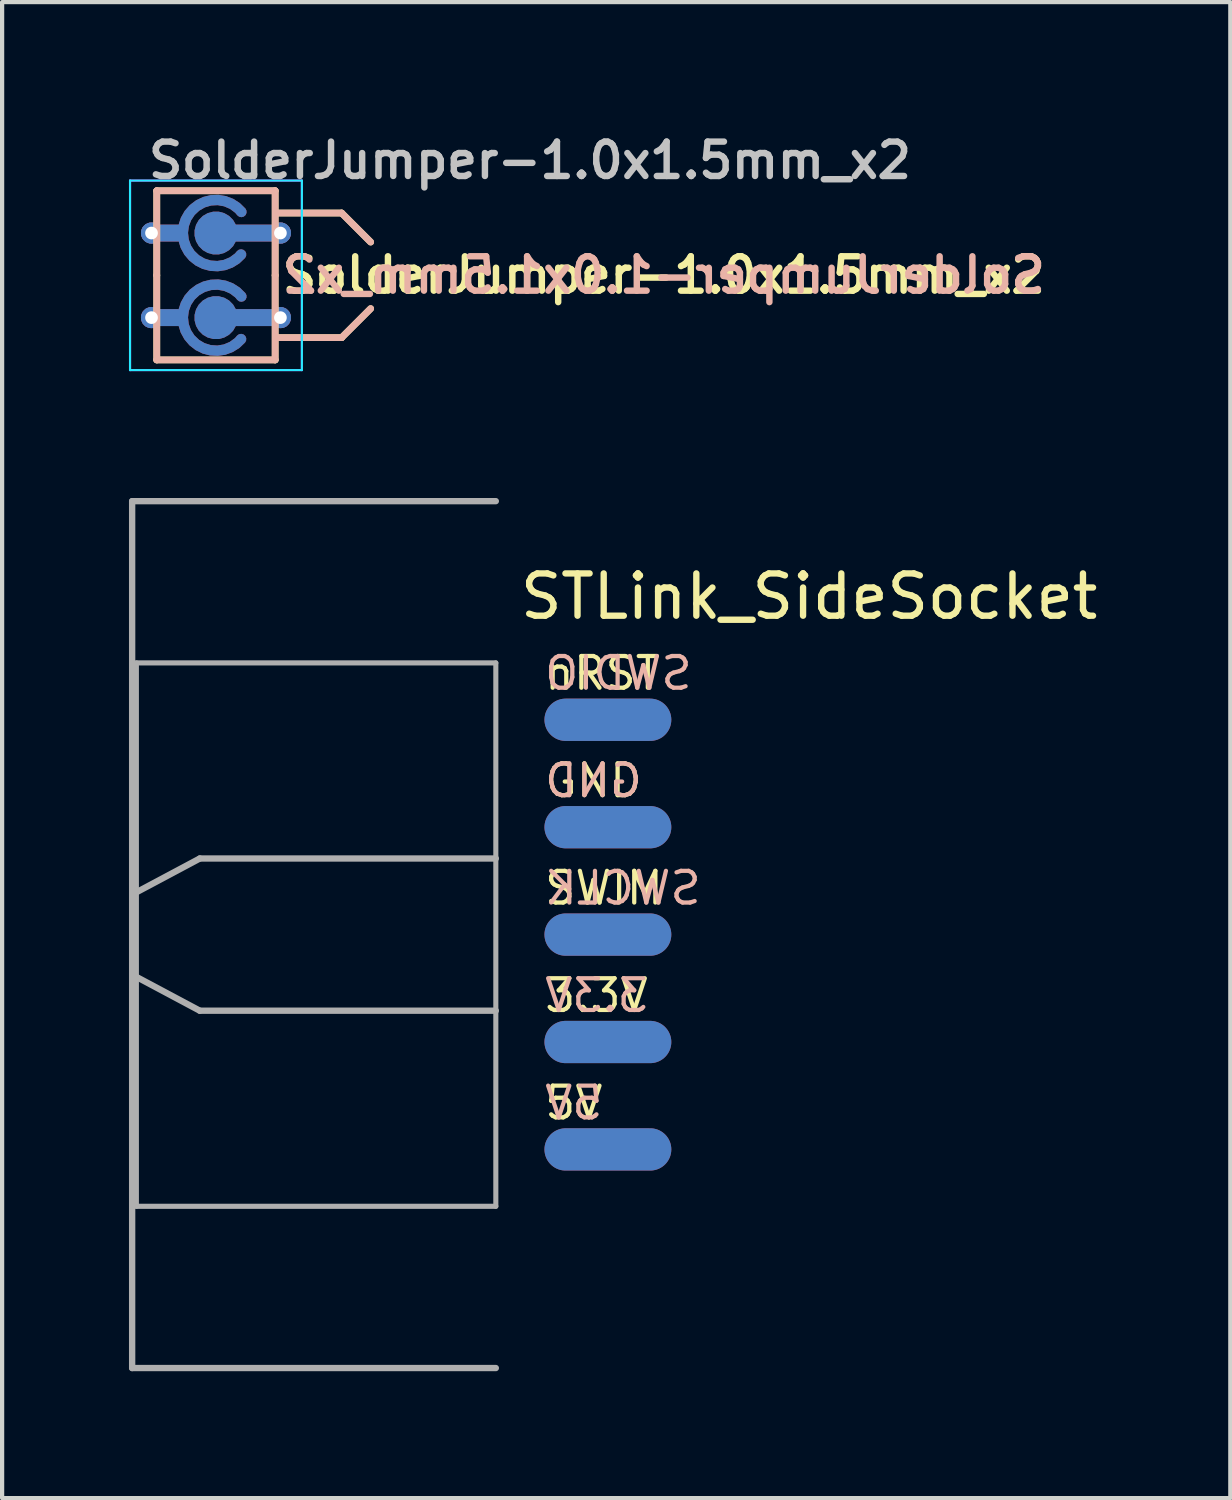
<source format=kicad_pcb>
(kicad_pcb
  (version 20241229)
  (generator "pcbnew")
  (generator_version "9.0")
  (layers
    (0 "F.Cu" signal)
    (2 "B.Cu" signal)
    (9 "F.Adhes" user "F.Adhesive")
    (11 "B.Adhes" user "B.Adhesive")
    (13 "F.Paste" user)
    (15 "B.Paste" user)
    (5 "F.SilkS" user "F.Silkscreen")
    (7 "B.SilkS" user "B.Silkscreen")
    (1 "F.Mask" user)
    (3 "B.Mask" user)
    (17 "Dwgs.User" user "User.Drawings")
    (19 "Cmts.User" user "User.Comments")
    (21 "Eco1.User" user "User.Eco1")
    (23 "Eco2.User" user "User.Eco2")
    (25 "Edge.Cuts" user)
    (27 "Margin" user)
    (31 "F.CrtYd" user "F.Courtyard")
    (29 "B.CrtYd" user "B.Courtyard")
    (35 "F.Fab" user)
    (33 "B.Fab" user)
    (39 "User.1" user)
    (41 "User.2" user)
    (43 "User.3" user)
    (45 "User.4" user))
  (footprint "SolderJumper-1.0x1.5mm_x2"
    (layer "F.Cu")
    (at 2.057 3.461)
    (property "Reference" "SolderJumper-1.0x1.5mm_x2" (at -1.676 -2.718 0) (layer "Dwgs.User") (effects (font (size 0.813 0.813) (thickness 0.152)) (justify left)))
    (property "Value" "SolderJumper-1.0x1.5mm_x2" (at 0 0 0) (layer "F.Fab") (hide yes) (effects (font (size 0.813 0.813) (thickness 0.152))))
    (attr exclude_from_pos_files exclude_from_bom)
    (fp_circle (center 0 -1) (end 0.4 -1) (stroke (width 1) (type solid)) (fill no) (layer "F.Mask"))
    (fp_circle (center 0 1) (end 0.4 1) (stroke (width 1) (type solid)) (fill no) (layer "F.Mask"))
    (fp_circle (center 0 -1) (end 0.4 -1) (stroke (width 1) (type solid)) (fill no) (layer "B.Mask"))
    (fp_circle (center 0 1) (end 0.4 1) (stroke (width 1) (type solid)) (fill no) (layer "B.Mask"))
    (fp_line (start -1.4 -2) (end 1.4 -2) (stroke (width 0.16) (type solid)) (layer "F.SilkS"))
    (fp_line (start -1.4 0) (end -1.4 -2) (stroke (width 0.16) (type solid)) (layer "F.SilkS"))
    (fp_line (start -1.4 2) (end -1.4 0) (stroke (width 0.16) (type solid)) (layer "F.SilkS"))
    (fp_line (start 1.4 -2) (end 1.4 0) (stroke (width 0.16) (type solid)) (layer "F.SilkS"))
    (fp_line (start 1.4 0) (end 1.4 2) (stroke (width 0.16) (type solid)) (layer "F.SilkS"))
    (fp_line (start 1.4 2) (end -1.4 2) (stroke (width 0.16) (type solid)) (layer "F.SilkS"))
    (fp_line (start 1.422 -1.473) (end 2.972 -1.473) (stroke (width 0.16) (type solid)) (layer "F.SilkS"))
    (fp_line (start 1.422 1.473) (end 2.972 1.473) (stroke (width 0.16) (type solid)) (layer "F.SilkS"))
    (fp_line (start 2.972 -1.473) (end 3.658 -0.787) (stroke (width 0.16) (type solid)) (layer "F.SilkS"))
    (fp_line (start 2.972 1.473) (end 3.658 0.787) (stroke (width 0.16) (type solid)) (layer "F.SilkS"))
    (fp_line (start -1.4 -2) (end 1.4 -2) (stroke (width 0.16) (type solid)) (layer "B.SilkS"))
    (fp_line (start -1.4 0) (end -1.4 -2) (stroke (width 0.16) (type solid)) (layer "B.SilkS"))
    (fp_line (start -1.4 2) (end -1.4 0) (stroke (width 0.16) (type solid)) (layer "B.SilkS"))
    (fp_line (start 1.4 -2) (end 1.4 0) (stroke (width 0.16) (type solid)) (layer "B.SilkS"))
    (fp_line (start 1.4 0) (end 1.4 2) (stroke (width 0.16) (type solid)) (layer "B.SilkS"))
    (fp_line (start 1.4 2) (end -1.4 2) (stroke (width 0.16) (type solid)) (layer "B.SilkS"))
    (fp_line (start 1.422 -1.473) (end 2.972 -1.473) (stroke (width 0.16) (type solid)) (layer "B.SilkS"))
    (fp_line (start 1.422 1.473) (end 2.972 1.473) (stroke (width 0.16) (type solid)) (layer "B.SilkS"))
    (fp_line (start 2.972 -1.473) (end 3.658 -0.787) (stroke (width 0.16) (type solid)) (layer "B.SilkS"))
    (fp_line (start 2.972 1.473) (end 3.658 0.787) (stroke (width 0.16) (type solid)) (layer "B.SilkS"))
    (fp_line (start -2.032 -2.241) (end -2.032 2.241) (stroke (width 0.05) (type solid)) (layer "B.CrtYd"))
    (fp_line (start -2.032 -2.241) (end 2.032 -2.241) (stroke (width 0.05) (type solid)) (layer "B.CrtYd"))
    (fp_line (start 2.032 2.241) (end -2.032 2.241) (stroke (width 0.05) (type solid)) (layer "B.CrtYd"))
    (fp_line (start 2.032 2.241) (end 2.032 -2.241) (stroke (width 0.05) (type solid)) (layer "B.CrtYd"))
    (fp_line (start -2.032 -2.241) (end -2.032 2.241) (stroke (width 0.05) (type solid)) (layer "F.CrtYd"))
    (fp_line (start -2.032 -2.241) (end 2.032 -2.241) (stroke (width 0.05) (type solid)) (layer "F.CrtYd"))
    (fp_line (start 2.032 2.241) (end -2.032 2.241) (stroke (width 0.05) (type solid)) (layer "F.CrtYd"))
    (fp_line (start 2.032 2.241) (end 2.032 -2.241) (stroke (width 0.05) (type solid)) (layer "F.CrtYd"))
    (fp_text user "${VALUE}" (at 1.489 -0.006 0) (layer "F.SilkS") (effects (font (size 0.813 0.813) (thickness 0.152)) (justify left)))
    (fp_text user "${VALUE}" (at 1.489 -0.006 0) (layer "B.SilkS") (effects (font (size 0.813 0.813) (thickness 0.152)) (justify right mirror)))
    (pad "1" thru_hole circle (at -1.524 1) (size 0.5 0.5) (drill 0.3) (layers "*.Cu"))
    (pad "1" smd custom (at -1.524 1) (size 0.5 0.5) (layers "F.Cu") (options (anchor circle)) (primitives (gr_arc (start 2.117059 0.508213) (mid 0.742994 -0.005377) (end 2.124 -0.5) (width 0.25)) (gr_line (start 0.024 0) (end 0.624 0) (width 0.4))))
    (pad "1" smd custom (at -1.524 1) (size 0.5 0.5) (layers "B.Cu") (options (anchor circle)) (primitives (gr_arc (start 2.117059 0.508213) (mid 0.742994 -0.005377) (end 2.124 -0.5) (width 0.25)) (gr_line (start 0.024 0) (end 0.624 0) (width 0.4))))
    (pad "2" thru_hole circle (at 1.524 1) (size 0.5 0.5) (drill 0.3) (layers "*.Cu"))
    (pad "2" smd custom (at 1.524 1) (size 0.5 0.5) (layers "F.Cu") (options (anchor circle)) (primitives (gr_circle (center -1.524 0) (end -1.414 0) (width 0.8) (fill no)) (gr_line (start -1.524 0) (end -0.024 0) (width 0.4))))
    (pad "2" smd custom (at 1.524 1) (size 0.5 0.5) (layers "B.Cu") (options (anchor circle)) (primitives (gr_circle (center -1.524 0) (end -1.414 0) (width 0.8) (fill no)) (gr_line (start -1.524 0) (end -0.024 0) (width 0.4))))
    (pad "3" thru_hole circle (at -1.524 -1) (size 0.5 0.5) (drill 0.3) (layers "*.Cu"))
    (pad "3" smd custom (at -1.524 -1) (size 0.5 0.5) (layers "F.Cu") (options (anchor circle)) (primitives (gr_arc (start 2.117059 0.508213) (mid 0.742994 -0.005377) (end 2.124 -0.5) (width 0.25)) (gr_line (start 0.024 0) (end 0.624 0) (width 0.4))))
    (pad "3" smd custom (at -1.524 -1) (size 0.5 0.5) (layers "B.Cu") (options (anchor circle)) (primitives (gr_arc (start 2.117059 0.508213) (mid 0.742994 -0.005377) (end 2.124 -0.5) (width 0.25)) (gr_line (start 0.024 0) (end 0.624 0) (width 0.4))))
    (pad "4" thru_hole circle (at 1.524 -1) (size 0.5 0.5) (drill 0.3) (layers "*.Cu"))
    (pad "4" smd custom (at 1.524 -1) (size 0.5 0.5) (layers "F.Cu") (options (anchor circle)) (primitives (gr_circle (center -1.524 0) (end -1.414 0) (width 0.8) (fill no)) (gr_line (start -1.524 0) (end -0.024 0) (width 0.4))))
    (pad "4" smd custom (at 1.524 -1) (size 0.5 0.5) (layers "B.Cu") (options (anchor circle)) (primitives (gr_circle (center -1.524 0) (end -1.414 0) (width 0.8) (fill no)) (gr_line (start -1.524 0) (end -0.024 0) (width 0.4)))))
  (footprint "STLink_SideSocket"
    (layer "F.Cu")
    (at 8.675 19.051)
    (property "Reference" "STLink_SideSocket" (at 0.5 -7.996 180) (layer "F.SilkS") (effects (font (size 1 1) (thickness 0.15)) (justify left)))
    (attr exclude_from_pos_files exclude_from_bom)
    (fp_line (start -8.6 -10.25) (end -8.6 10.25) (stroke (width 0.15) (type solid)) (layer "F.Fab"))
    (fp_line (start -8.5 -6.425) (end 0 -6.425) (stroke (width 0.12) (type solid)) (layer "F.Fab"))
    (fp_line (start -8.5 -1) (end -7 -1.8) (stroke (width 0.15) (type solid)) (layer "F.Fab"))
    (fp_line (start -8.5 6.425) (end -8.5 -6.425) (stroke (width 0.12) (type solid)) (layer "F.Fab"))
    (fp_line (start -8.5 6.425) (end 0 6.425) (stroke (width 0.12) (type solid)) (layer "F.Fab"))
    (fp_line (start -7 -1.8) (end 0 -1.8) (stroke (width 0.15) (type solid)) (layer "F.Fab"))
    (fp_line (start -7 1.8) (end -8.5 1) (stroke (width 0.15) (type solid)) (layer "F.Fab"))
    (fp_line (start -7 1.8) (end 0 1.8) (stroke (width 0.15) (type solid)) (layer "F.Fab"))
    (fp_line (start 0 -10.25) (end -8.6 -10.25) (stroke (width 0.15) (type solid)) (layer "F.Fab"))
    (fp_line (start 0 6.425) (end 0 -6.425) (stroke (width 0.12) (type solid)) (layer "F.Fab"))
    (fp_line (start 0 10.25) (end -8.6 10.25) (stroke (width 0.15) (type solid)) (layer "F.Fab"))
    (fp_text user "nRST" (at 1.1 -6.18 180) (layer "F.SilkS") (effects (font (size 0.75 0.75) (thickness 0.1)) (justify left)))
    (fp_text user "3.3V" (at 1.1 1.44 180) (layer "F.SilkS") (effects (font (size 0.75 0.75) (thickness 0.1)) (justify left)))
    (fp_text user "5V" (at 1.1 3.98 180) (layer "F.SilkS") (effects (font (size 0.75 0.75) (thickness 0.1)) (justify left)))
    (fp_text user "SWIM" (at 1.1 -1.1 180) (layer "F.SilkS") (effects (font (size 0.75 0.75) (thickness 0.1)) (justify left)))
    (fp_text user "GND" (at 1.1 -3.64 180) (layer "F.SilkS") (effects (font (size 0.75 0.75) (thickness 0.1)) (justify left)))
    (fp_text user "GND" (at 1.1 -3.64 180) (layer "B.SilkS") (effects (font (size 0.75 0.75) (thickness 0.1)) (justify right mirror)))
    (fp_text user "5V" (at 1.1 3.98 180) (layer "B.SilkS") (effects (font (size 0.75 0.75) (thickness 0.1)) (justify right mirror)))
    (fp_text user "SWDIO" (at 1.1 -6.18 180) (layer "B.SilkS") (effects (font (size 0.75 0.75) (thickness 0.1)) (justify right mirror)))
    (fp_text user "SWCLK" (at 1.1 -1.1 180) (layer "B.SilkS") (effects (font (size 0.75 0.75) (thickness 0.1)) (justify right mirror)))
    (fp_text user "3.3V" (at 1.1 1.44 180) (layer "B.SilkS") (effects (font (size 0.75 0.75) (thickness 0.1)) (justify right mirror)))
    (pad "1" smd oval (at 2.65 -5.08 90) (size 1 3) (layers "F.Cu" "F.Mask" "F.Paste"))
    (pad "2" smd oval (at 2.65 -5.08 90) (size 1 3) (layers "B.Cu" "B.Mask" "B.Paste"))
    (pad "3" smd oval (at 2.65 -2.54 90) (size 1 3) (layers "F.Cu" "F.Mask" "F.Paste"))
    (pad "4" smd oval (at 2.65 -2.54 90) (size 1 3) (layers "B.Cu" "B.Mask" "B.Paste"))
    (pad "5" smd oval (at 2.65 0 90) (size 1 3) (layers "F.Cu" "F.Mask" "F.Paste"))
    (pad "6" smd oval (at 2.65 0 90) (size 1 3) (layers "B.Cu" "B.Mask" "B.Paste"))
    (pad "7" smd oval (at 2.65 2.54 90) (size 1 3) (layers "F.Cu" "F.Mask" "F.Paste"))
    (pad "8" smd oval (at 2.65 2.54 90) (size 1 3) (layers "B.Cu" "B.Mask" "B.Paste"))
    (pad "9" smd oval (at 2.65 5.08 90) (size 1 3) (layers "F.Cu" "F.Mask" "F.Paste"))
    (pad "10" smd oval (at 2.65 5.08 90) (size 1 3) (layers "B.Cu" "B.Mask" "B.Paste")))
  (gr_rect
    (start -3 -3)
    (end 26.044 32.376)
    (stroke (width 0.1) (type default))
    (fill no)
    (layer "Edge.Cuts")))
</source>
